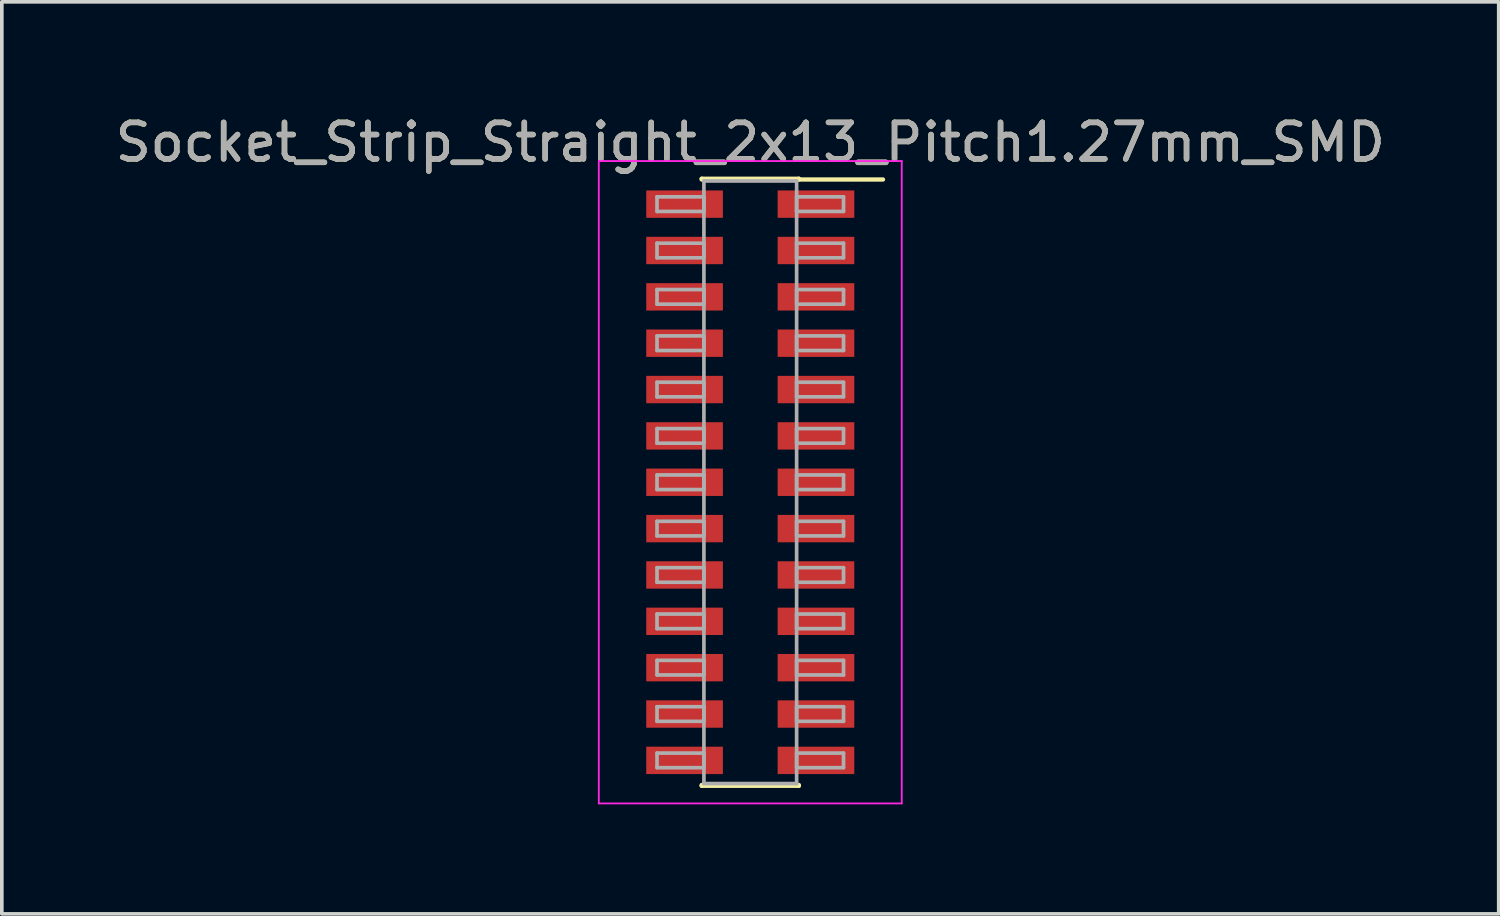
<source format=kicad_pcb>
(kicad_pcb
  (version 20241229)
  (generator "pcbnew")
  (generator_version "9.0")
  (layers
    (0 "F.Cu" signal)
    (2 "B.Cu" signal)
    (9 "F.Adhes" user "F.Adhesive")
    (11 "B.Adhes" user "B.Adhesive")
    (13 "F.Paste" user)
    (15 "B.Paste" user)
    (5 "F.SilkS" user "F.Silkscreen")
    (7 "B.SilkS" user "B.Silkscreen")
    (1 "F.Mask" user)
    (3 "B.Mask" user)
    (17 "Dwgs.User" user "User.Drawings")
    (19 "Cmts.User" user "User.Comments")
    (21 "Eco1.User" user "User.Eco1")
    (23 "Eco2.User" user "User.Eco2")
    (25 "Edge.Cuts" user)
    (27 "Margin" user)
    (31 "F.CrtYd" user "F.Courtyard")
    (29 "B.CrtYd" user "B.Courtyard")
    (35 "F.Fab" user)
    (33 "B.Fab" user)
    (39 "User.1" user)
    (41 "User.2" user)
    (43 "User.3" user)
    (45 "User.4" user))
  (footprint "Socket_Strip_Straight_2x13_Pitch1.27mm_SMD"
    (layer "F.Cu")
    (at 17.506 10.163)
    (property "Reference" "Socket_Strip_Straight_2x13_Pitch1.27mm_SMD" (at 0 -9.315 0) (layer "F.SilkS") (effects (font (size 1 1) (thickness 0.15))))
    (attr smd)
    (fp_line (start -1.33 -8.315) (end 1.33 -8.315) (stroke (width 0.12) (type solid)) (layer "F.SilkS"))
    (fp_line (start -1.33 -8.295) (end -1.33 -8.315) (stroke (width 0.12) (type solid)) (layer "F.SilkS"))
    (fp_line (start -1.33 8.295) (end -1.33 8.315) (stroke (width 0.12) (type solid)) (layer "F.SilkS"))
    (fp_line (start -1.33 8.315) (end 1.33 8.315) (stroke (width 0.12) (type solid)) (layer "F.SilkS"))
    (fp_line (start 1.33 -8.315) (end 1.33 -8.295) (stroke (width 0.12) (type solid)) (layer "F.SilkS"))
    (fp_line (start 1.33 8.315) (end 1.33 8.295) (stroke (width 0.12) (type solid)) (layer "F.SilkS"))
    (fp_line (start 3.635 -8.295) (end 1.33 -8.295) (stroke (width 0.12) (type solid)) (layer "F.SilkS"))
    (fp_line (start -4.15 -8.8) (end -4.15 8.8) (stroke (width 0.05) (type solid)) (layer "F.CrtYd"))
    (fp_line (start -4.15 8.8) (end 4.15 8.8) (stroke (width 0.05) (type solid)) (layer "F.CrtYd"))
    (fp_line (start 4.15 -8.8) (end -4.15 -8.8) (stroke (width 0.05) (type solid)) (layer "F.CrtYd"))
    (fp_line (start 4.15 8.8) (end 4.15 -8.8) (stroke (width 0.05) (type solid)) (layer "F.CrtYd"))
    (fp_line (start -2.555 -7.82) (end -1.27 -7.82) (stroke (width 0.1) (type solid)) (layer "F.Fab"))
    (fp_line (start -2.555 -7.42) (end -2.555 -7.82) (stroke (width 0.1) (type solid)) (layer "F.Fab"))
    (fp_line (start -2.555 -6.55) (end -1.27 -6.55) (stroke (width 0.1) (type solid)) (layer "F.Fab"))
    (fp_line (start -2.555 -6.15) (end -2.555 -6.55) (stroke (width 0.1) (type solid)) (layer "F.Fab"))
    (fp_line (start -2.555 -5.28) (end -1.27 -5.28) (stroke (width 0.1) (type solid)) (layer "F.Fab"))
    (fp_line (start -2.555 -4.88) (end -2.555 -5.28) (stroke (width 0.1) (type solid)) (layer "F.Fab"))
    (fp_line (start -2.555 -4.01) (end -1.27 -4.01) (stroke (width 0.1) (type solid)) (layer "F.Fab"))
    (fp_line (start -2.555 -3.61) (end -2.555 -4.01) (stroke (width 0.1) (type solid)) (layer "F.Fab"))
    (fp_line (start -2.555 -2.74) (end -1.27 -2.74) (stroke (width 0.1) (type solid)) (layer "F.Fab"))
    (fp_line (start -2.555 -2.34) (end -2.555 -2.74) (stroke (width 0.1) (type solid)) (layer "F.Fab"))
    (fp_line (start -2.555 -1.47) (end -1.27 -1.47) (stroke (width 0.1) (type solid)) (layer "F.Fab"))
    (fp_line (start -2.555 -1.07) (end -2.555 -1.47) (stroke (width 0.1) (type solid)) (layer "F.Fab"))
    (fp_line (start -2.555 -0.2) (end -1.27 -0.2) (stroke (width 0.1) (type solid)) (layer "F.Fab"))
    (fp_line (start -2.555 0.2) (end -2.555 -0.2) (stroke (width 0.1) (type solid)) (layer "F.Fab"))
    (fp_line (start -2.555 1.07) (end -1.27 1.07) (stroke (width 0.1) (type solid)) (layer "F.Fab"))
    (fp_line (start -2.555 1.47) (end -2.555 1.07) (stroke (width 0.1) (type solid)) (layer "F.Fab"))
    (fp_line (start -2.555 2.34) (end -1.27 2.34) (stroke (width 0.1) (type solid)) (layer "F.Fab"))
    (fp_line (start -2.555 2.74) (end -2.555 2.34) (stroke (width 0.1) (type solid)) (layer "F.Fab"))
    (fp_line (start -2.555 3.61) (end -1.27 3.61) (stroke (width 0.1) (type solid)) (layer "F.Fab"))
    (fp_line (start -2.555 4.01) (end -2.555 3.61) (stroke (width 0.1) (type solid)) (layer "F.Fab"))
    (fp_line (start -2.555 4.88) (end -1.27 4.88) (stroke (width 0.1) (type solid)) (layer "F.Fab"))
    (fp_line (start -2.555 5.28) (end -2.555 4.88) (stroke (width 0.1) (type solid)) (layer "F.Fab"))
    (fp_line (start -2.555 6.15) (end -1.27 6.15) (stroke (width 0.1) (type solid)) (layer "F.Fab"))
    (fp_line (start -2.555 6.55) (end -2.555 6.15) (stroke (width 0.1) (type solid)) (layer "F.Fab"))
    (fp_line (start -2.555 7.42) (end -1.27 7.42) (stroke (width 0.1) (type solid)) (layer "F.Fab"))
    (fp_line (start -2.555 7.82) (end -2.555 7.42) (stroke (width 0.1) (type solid)) (layer "F.Fab"))
    (fp_line (start -1.27 -8.255) (end -1.27 8.255) (stroke (width 0.1) (type solid)) (layer "F.Fab"))
    (fp_line (start -1.27 -7.82) (end -1.27 -7.42) (stroke (width 0.1) (type solid)) (layer "F.Fab"))
    (fp_line (start -1.27 -7.42) (end -2.555 -7.42) (stroke (width 0.1) (type solid)) (layer "F.Fab"))
    (fp_line (start -1.27 -6.55) (end -1.27 -6.15) (stroke (width 0.1) (type solid)) (layer "F.Fab"))
    (fp_line (start -1.27 -6.15) (end -2.555 -6.15) (stroke (width 0.1) (type solid)) (layer "F.Fab"))
    (fp_line (start -1.27 -5.28) (end -1.27 -4.88) (stroke (width 0.1) (type solid)) (layer "F.Fab"))
    (fp_line (start -1.27 -4.88) (end -2.555 -4.88) (stroke (width 0.1) (type solid)) (layer "F.Fab"))
    (fp_line (start -1.27 -4.01) (end -1.27 -3.61) (stroke (width 0.1) (type solid)) (layer "F.Fab"))
    (fp_line (start -1.27 -3.61) (end -2.555 -3.61) (stroke (width 0.1) (type solid)) (layer "F.Fab"))
    (fp_line (start -1.27 -2.74) (end -1.27 -2.34) (stroke (width 0.1) (type solid)) (layer "F.Fab"))
    (fp_line (start -1.27 -2.34) (end -2.555 -2.34) (stroke (width 0.1) (type solid)) (layer "F.Fab"))
    (fp_line (start -1.27 -1.47) (end -1.27 -1.07) (stroke (width 0.1) (type solid)) (layer "F.Fab"))
    (fp_line (start -1.27 -1.07) (end -2.555 -1.07) (stroke (width 0.1) (type solid)) (layer "F.Fab"))
    (fp_line (start -1.27 -0.2) (end -1.27 0.2) (stroke (width 0.1) (type solid)) (layer "F.Fab"))
    (fp_line (start -1.27 0.2) (end -2.555 0.2) (stroke (width 0.1) (type solid)) (layer "F.Fab"))
    (fp_line (start -1.27 1.07) (end -1.27 1.47) (stroke (width 0.1) (type solid)) (layer "F.Fab"))
    (fp_line (start -1.27 1.47) (end -2.555 1.47) (stroke (width 0.1) (type solid)) (layer "F.Fab"))
    (fp_line (start -1.27 2.34) (end -1.27 2.74) (stroke (width 0.1) (type solid)) (layer "F.Fab"))
    (fp_line (start -1.27 2.74) (end -2.555 2.74) (stroke (width 0.1) (type solid)) (layer "F.Fab"))
    (fp_line (start -1.27 3.61) (end -1.27 4.01) (stroke (width 0.1) (type solid)) (layer "F.Fab"))
    (fp_line (start -1.27 4.01) (end -2.555 4.01) (stroke (width 0.1) (type solid)) (layer "F.Fab"))
    (fp_line (start -1.27 4.88) (end -1.27 5.28) (stroke (width 0.1) (type solid)) (layer "F.Fab"))
    (fp_line (start -1.27 5.28) (end -2.555 5.28) (stroke (width 0.1) (type solid)) (layer "F.Fab"))
    (fp_line (start -1.27 6.15) (end -1.27 6.55) (stroke (width 0.1) (type solid)) (layer "F.Fab"))
    (fp_line (start -1.27 6.55) (end -2.555 6.55) (stroke (width 0.1) (type solid)) (layer "F.Fab"))
    (fp_line (start -1.27 7.42) (end -1.27 7.82) (stroke (width 0.1) (type solid)) (layer "F.Fab"))
    (fp_line (start -1.27 7.82) (end -2.555 7.82) (stroke (width 0.1) (type solid)) (layer "F.Fab"))
    (fp_line (start -1.27 8.255) (end 1.27 8.255) (stroke (width 0.1) (type solid)) (layer "F.Fab"))
    (fp_line (start 1.27 -8.255) (end -1.27 -8.255) (stroke (width 0.1) (type solid)) (layer "F.Fab"))
    (fp_line (start 1.27 -7.82) (end 1.27 -7.42) (stroke (width 0.1) (type solid)) (layer "F.Fab"))
    (fp_line (start 1.27 -7.42) (end 2.555 -7.42) (stroke (width 0.1) (type solid)) (layer "F.Fab"))
    (fp_line (start 1.27 -6.55) (end 1.27 -6.15) (stroke (width 0.1) (type solid)) (layer "F.Fab"))
    (fp_line (start 1.27 -6.15) (end 2.555 -6.15) (stroke (width 0.1) (type solid)) (layer "F.Fab"))
    (fp_line (start 1.27 -5.28) (end 1.27 -4.88) (stroke (width 0.1) (type solid)) (layer "F.Fab"))
    (fp_line (start 1.27 -4.88) (end 2.555 -4.88) (stroke (width 0.1) (type solid)) (layer "F.Fab"))
    (fp_line (start 1.27 -4.01) (end 1.27 -3.61) (stroke (width 0.1) (type solid)) (layer "F.Fab"))
    (fp_line (start 1.27 -3.61) (end 2.555 -3.61) (stroke (width 0.1) (type solid)) (layer "F.Fab"))
    (fp_line (start 1.27 -2.74) (end 1.27 -2.34) (stroke (width 0.1) (type solid)) (layer "F.Fab"))
    (fp_line (start 1.27 -2.34) (end 2.555 -2.34) (stroke (width 0.1) (type solid)) (layer "F.Fab"))
    (fp_line (start 1.27 -1.47) (end 1.27 -1.07) (stroke (width 0.1) (type solid)) (layer "F.Fab"))
    (fp_line (start 1.27 -1.07) (end 2.555 -1.07) (stroke (width 0.1) (type solid)) (layer "F.Fab"))
    (fp_line (start 1.27 -0.2) (end 1.27 0.2) (stroke (width 0.1) (type solid)) (layer "F.Fab"))
    (fp_line (start 1.27 0.2) (end 2.555 0.2) (stroke (width 0.1) (type solid)) (layer "F.Fab"))
    (fp_line (start 1.27 1.07) (end 1.27 1.47) (stroke (width 0.1) (type solid)) (layer "F.Fab"))
    (fp_line (start 1.27 1.47) (end 2.555 1.47) (stroke (width 0.1) (type solid)) (layer "F.Fab"))
    (fp_line (start 1.27 2.34) (end 1.27 2.74) (stroke (width 0.1) (type solid)) (layer "F.Fab"))
    (fp_line (start 1.27 2.74) (end 2.555 2.74) (stroke (width 0.1) (type solid)) (layer "F.Fab"))
    (fp_line (start 1.27 3.61) (end 1.27 4.01) (stroke (width 0.1) (type solid)) (layer "F.Fab"))
    (fp_line (start 1.27 4.01) (end 2.555 4.01) (stroke (width 0.1) (type solid)) (layer "F.Fab"))
    (fp_line (start 1.27 4.88) (end 1.27 5.28) (stroke (width 0.1) (type solid)) (layer "F.Fab"))
    (fp_line (start 1.27 5.28) (end 2.555 5.28) (stroke (width 0.1) (type solid)) (layer "F.Fab"))
    (fp_line (start 1.27 6.15) (end 1.27 6.55) (stroke (width 0.1) (type solid)) (layer "F.Fab"))
    (fp_line (start 1.27 6.55) (end 2.555 6.55) (stroke (width 0.1) (type solid)) (layer "F.Fab"))
    (fp_line (start 1.27 7.42) (end 1.27 7.82) (stroke (width 0.1) (type solid)) (layer "F.Fab"))
    (fp_line (start 1.27 7.82) (end 2.555 7.82) (stroke (width 0.1) (type solid)) (layer "F.Fab"))
    (fp_line (start 1.27 8.255) (end 1.27 -8.255) (stroke (width 0.1) (type solid)) (layer "F.Fab"))
    (fp_line (start 2.555 -7.82) (end 1.27 -7.82) (stroke (width 0.1) (type solid)) (layer "F.Fab"))
    (fp_line (start 2.555 -7.42) (end 2.555 -7.82) (stroke (width 0.1) (type solid)) (layer "F.Fab"))
    (fp_line (start 2.555 -6.55) (end 1.27 -6.55) (stroke (width 0.1) (type solid)) (layer "F.Fab"))
    (fp_line (start 2.555 -6.15) (end 2.555 -6.55) (stroke (width 0.1) (type solid)) (layer "F.Fab"))
    (fp_line (start 2.555 -5.28) (end 1.27 -5.28) (stroke (width 0.1) (type solid)) (layer "F.Fab"))
    (fp_line (start 2.555 -4.88) (end 2.555 -5.28) (stroke (width 0.1) (type solid)) (layer "F.Fab"))
    (fp_line (start 2.555 -4.01) (end 1.27 -4.01) (stroke (width 0.1) (type solid)) (layer "F.Fab"))
    (fp_line (start 2.555 -3.61) (end 2.555 -4.01) (stroke (width 0.1) (type solid)) (layer "F.Fab"))
    (fp_line (start 2.555 -2.74) (end 1.27 -2.74) (stroke (width 0.1) (type solid)) (layer "F.Fab"))
    (fp_line (start 2.555 -2.34) (end 2.555 -2.74) (stroke (width 0.1) (type solid)) (layer "F.Fab"))
    (fp_line (start 2.555 -1.47) (end 1.27 -1.47) (stroke (width 0.1) (type solid)) (layer "F.Fab"))
    (fp_line (start 2.555 -1.07) (end 2.555 -1.47) (stroke (width 0.1) (type solid)) (layer "F.Fab"))
    (fp_line (start 2.555 -0.2) (end 1.27 -0.2) (stroke (width 0.1) (type solid)) (layer "F.Fab"))
    (fp_line (start 2.555 0.2) (end 2.555 -0.2) (stroke (width 0.1) (type solid)) (layer "F.Fab"))
    (fp_line (start 2.555 1.07) (end 1.27 1.07) (stroke (width 0.1) (type solid)) (layer "F.Fab"))
    (fp_line (start 2.555 1.47) (end 2.555 1.07) (stroke (width 0.1) (type solid)) (layer "F.Fab"))
    (fp_line (start 2.555 2.34) (end 1.27 2.34) (stroke (width 0.1) (type solid)) (layer "F.Fab"))
    (fp_line (start 2.555 2.74) (end 2.555 2.34) (stroke (width 0.1) (type solid)) (layer "F.Fab"))
    (fp_line (start 2.555 3.61) (end 1.27 3.61) (stroke (width 0.1) (type solid)) (layer "F.Fab"))
    (fp_line (start 2.555 4.01) (end 2.555 3.61) (stroke (width 0.1) (type solid)) (layer "F.Fab"))
    (fp_line (start 2.555 4.88) (end 1.27 4.88) (stroke (width 0.1) (type solid)) (layer "F.Fab"))
    (fp_line (start 2.555 5.28) (end 2.555 4.88) (stroke (width 0.1) (type solid)) (layer "F.Fab"))
    (fp_line (start 2.555 6.15) (end 1.27 6.15) (stroke (width 0.1) (type solid)) (layer "F.Fab"))
    (fp_line (start 2.555 6.55) (end 2.555 6.15) (stroke (width 0.1) (type solid)) (layer "F.Fab"))
    (fp_line (start 2.555 7.42) (end 1.27 7.42) (stroke (width 0.1) (type solid)) (layer "F.Fab"))
    (fp_line (start 2.555 7.82) (end 2.555 7.42) (stroke (width 0.1) (type solid)) (layer "F.Fab"))
    (fp_text user "${REFERENCE}" (at 0 -9.315 0) (layer "F.Fab") (effects (font (size 1 1) (thickness 0.15))))
    (pad "1" smd rect (at 1.8 -7.62) (size 2.1 0.75) (layers "F.Cu" "F.Mask" "F.Paste"))
    (pad "2" smd rect (at -1.8 -7.62) (size 2.1 0.75) (layers "F.Cu" "F.Mask" "F.Paste"))
    (pad "3" smd rect (at 1.8 -6.35) (size 2.1 0.75) (layers "F.Cu" "F.Mask" "F.Paste"))
    (pad "4" smd rect (at -1.8 -6.35) (size 2.1 0.75) (layers "F.Cu" "F.Mask" "F.Paste"))
    (pad "5" smd rect (at 1.8 -5.08) (size 2.1 0.75) (layers "F.Cu" "F.Mask" "F.Paste"))
    (pad "6" smd rect (at -1.8 -5.08) (size 2.1 0.75) (layers "F.Cu" "F.Mask" "F.Paste"))
    (pad "7" smd rect (at 1.8 -3.81) (size 2.1 0.75) (layers "F.Cu" "F.Mask" "F.Paste"))
    (pad "8" smd rect (at -1.8 -3.81) (size 2.1 0.75) (layers "F.Cu" "F.Mask" "F.Paste"))
    (pad "9" smd rect (at 1.8 -2.54) (size 2.1 0.75) (layers "F.Cu" "F.Mask" "F.Paste"))
    (pad "10" smd rect (at -1.8 -2.54) (size 2.1 0.75) (layers "F.Cu" "F.Mask" "F.Paste"))
    (pad "11" smd rect (at 1.8 -1.27) (size 2.1 0.75) (layers "F.Cu" "F.Mask" "F.Paste"))
    (pad "12" smd rect (at -1.8 -1.27) (size 2.1 0.75) (layers "F.Cu" "F.Mask" "F.Paste"))
    (pad "13" smd rect (at 1.8 0) (size 2.1 0.75) (layers "F.Cu" "F.Mask" "F.Paste"))
    (pad "14" smd rect (at -1.8 0) (size 2.1 0.75) (layers "F.Cu" "F.Mask" "F.Paste"))
    (pad "15" smd rect (at 1.8 1.27) (size 2.1 0.75) (layers "F.Cu" "F.Mask" "F.Paste"))
    (pad "16" smd rect (at -1.8 1.27) (size 2.1 0.75) (layers "F.Cu" "F.Mask" "F.Paste"))
    (pad "17" smd rect (at 1.8 2.54) (size 2.1 0.75) (layers "F.Cu" "F.Mask" "F.Paste"))
    (pad "18" smd rect (at -1.8 2.54) (size 2.1 0.75) (layers "F.Cu" "F.Mask" "F.Paste"))
    (pad "19" smd rect (at 1.8 3.81) (size 2.1 0.75) (layers "F.Cu" "F.Mask" "F.Paste"))
    (pad "20" smd rect (at -1.8 3.81) (size 2.1 0.75) (layers "F.Cu" "F.Mask" "F.Paste"))
    (pad "21" smd rect (at 1.8 5.08) (size 2.1 0.75) (layers "F.Cu" "F.Mask" "F.Paste"))
    (pad "22" smd rect (at -1.8 5.08) (size 2.1 0.75) (layers "F.Cu" "F.Mask" "F.Paste"))
    (pad "23" smd rect (at 1.8 6.35) (size 2.1 0.75) (layers "F.Cu" "F.Mask" "F.Paste"))
    (pad "24" smd rect (at -1.8 6.35) (size 2.1 0.75) (layers "F.Cu" "F.Mask" "F.Paste"))
    (pad "25" smd rect (at 1.8 7.62) (size 2.1 0.75) (layers "F.Cu" "F.Mask" "F.Paste"))
    (pad "26" smd rect (at -1.8 7.62) (size 2.1 0.75) (layers "F.Cu" "F.Mask" "F.Paste")))
  (gr_rect
    (start -3 -3)
    (end 38.012 21.988)
    (stroke (width 0.1) (type default))
    (fill no)
    (layer "Edge.Cuts")))
</source>
